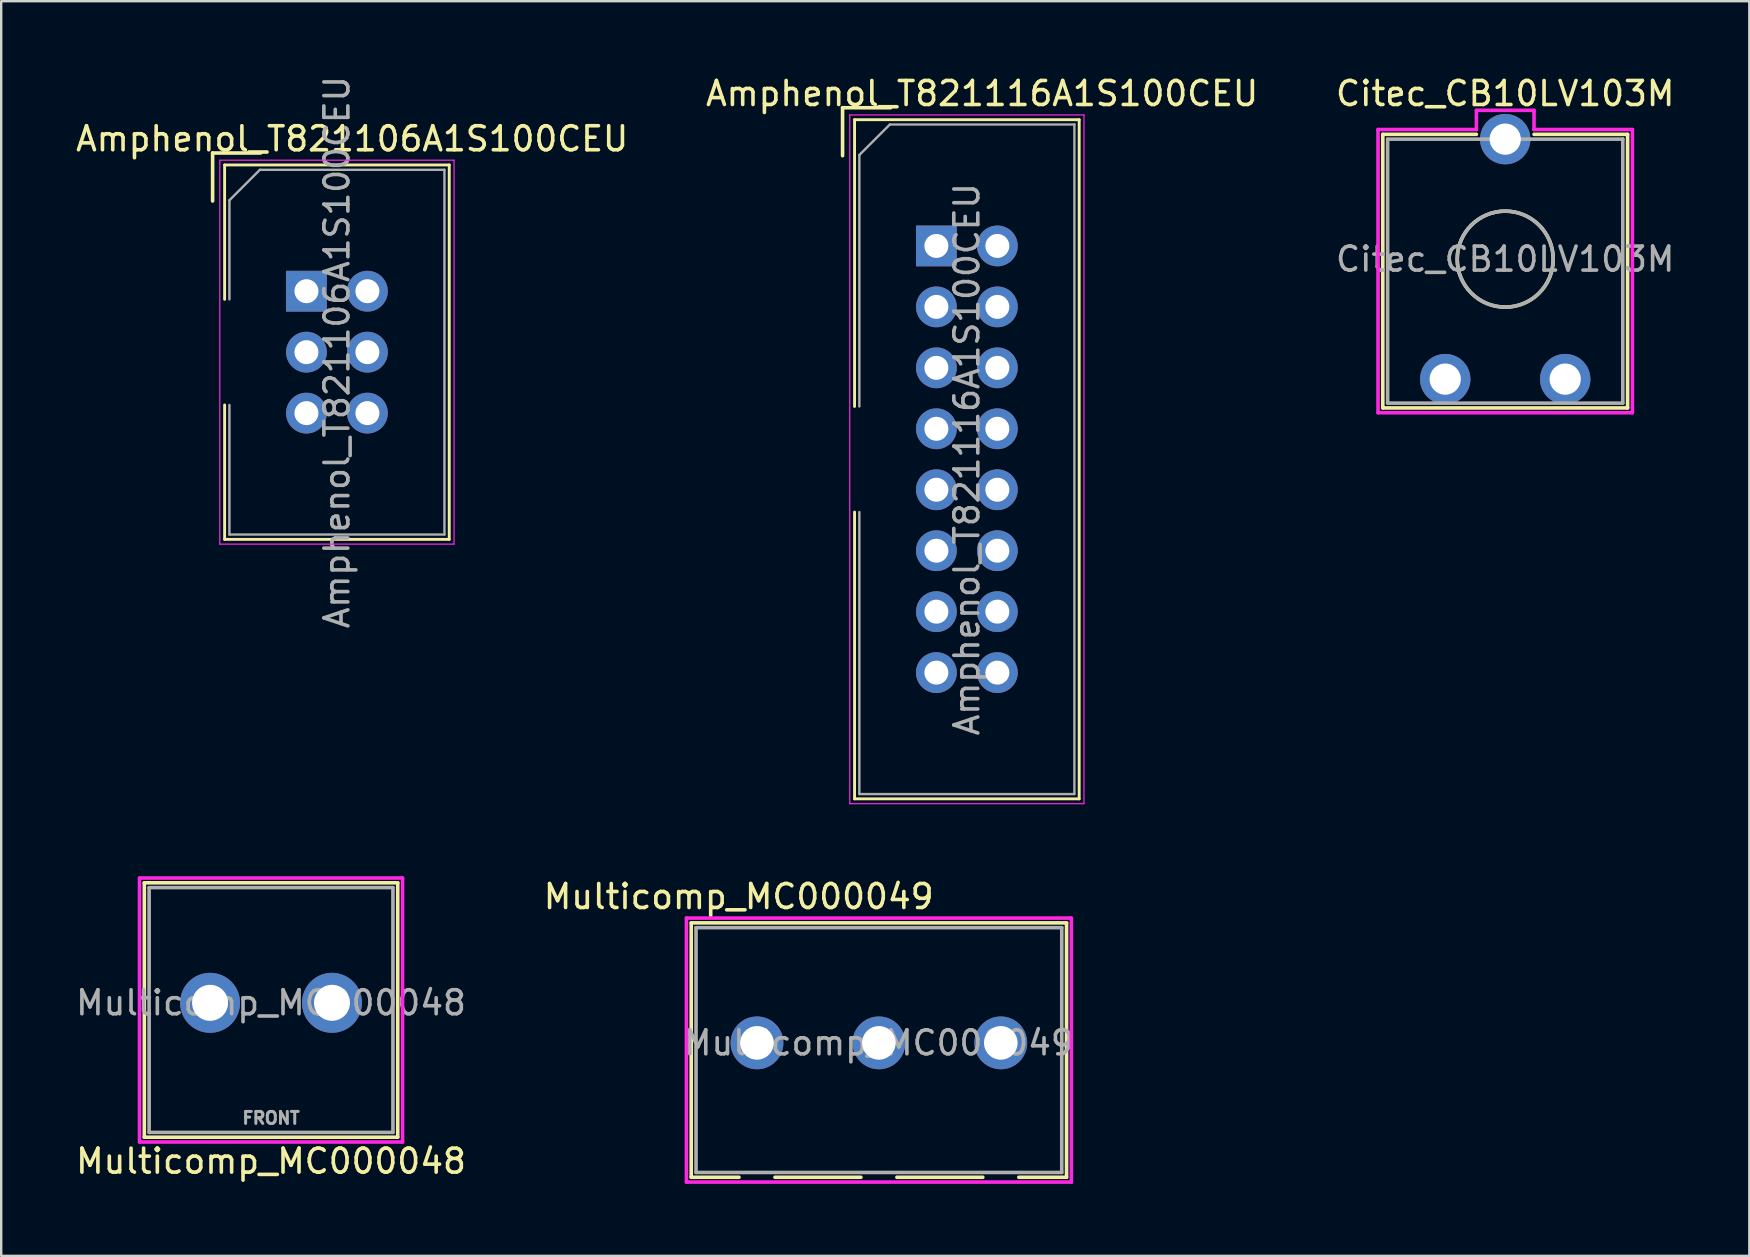
<source format=kicad_pcb>
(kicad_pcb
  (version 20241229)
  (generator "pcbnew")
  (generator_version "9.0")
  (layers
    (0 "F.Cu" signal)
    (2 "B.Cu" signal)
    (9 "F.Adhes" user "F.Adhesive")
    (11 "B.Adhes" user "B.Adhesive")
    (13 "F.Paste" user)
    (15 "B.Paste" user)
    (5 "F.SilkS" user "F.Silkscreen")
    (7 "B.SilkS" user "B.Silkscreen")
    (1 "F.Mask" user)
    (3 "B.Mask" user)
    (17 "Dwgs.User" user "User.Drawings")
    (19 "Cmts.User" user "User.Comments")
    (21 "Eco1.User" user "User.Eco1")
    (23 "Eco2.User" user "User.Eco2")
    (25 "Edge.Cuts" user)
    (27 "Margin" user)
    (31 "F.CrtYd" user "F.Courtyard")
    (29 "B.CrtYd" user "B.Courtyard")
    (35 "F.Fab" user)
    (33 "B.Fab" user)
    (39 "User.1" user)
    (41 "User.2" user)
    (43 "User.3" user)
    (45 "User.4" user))
  (footprint "Multicomp_MC000048"
    (layer "F.Cu")
    (at 8.244 38.738)
    (property "Reference" "Multicomp_MC000048" (at 0 6.6 0) (layer "F.SilkS") (effects (font (size 1 1) (thickness 0.15))))
    (attr through_hole)
    (fp_line (start -5.28 -5) (end -5.28 5.6) (stroke (width 0.15) (type solid)) (layer "F.SilkS"))
    (fp_line (start -5.28 -5) (end 5.28 -5) (stroke (width 0.15) (type solid)) (layer "F.SilkS"))
    (fp_line (start -5.28 5.6) (end 5.28 5.6) (stroke (width 0.15) (type solid)) (layer "F.SilkS"))
    (fp_line (start 5.28 -5) (end 5.28 5.6) (stroke (width 0.15) (type solid)) (layer "F.SilkS"))
    (fp_line (start -5.48 -5.2) (end -5.48 5.8) (stroke (width 0.15) (type solid)) (layer "F.CrtYd"))
    (fp_line (start -5.48 -5.2) (end 5.48 -5.2) (stroke (width 0.15) (type solid)) (layer "F.CrtYd"))
    (fp_line (start -5.48 5.8) (end 5.48 5.8) (stroke (width 0.15) (type solid)) (layer "F.CrtYd"))
    (fp_line (start 5.48 -5.2) (end 5.48 5.8) (stroke (width 0.15) (type solid)) (layer "F.CrtYd"))
    (fp_line (start -5.08 -4.8) (end 5.08 -4.8) (stroke (width 0.15) (type solid)) (layer "F.Fab"))
    (fp_line (start -5.08 5.4) (end -5.08 -4.8) (stroke (width 0.15) (type solid)) (layer "F.Fab"))
    (fp_line (start 5.08 -4.8) (end 5.08 5.4) (stroke (width 0.15) (type solid)) (layer "F.Fab"))
    (fp_line (start 5.08 5.4) (end -5.08 5.4) (stroke (width 0.15) (type solid)) (layer "F.Fab"))
    (fp_text user "${REFERENCE}" (at 0 0 0) (layer "F.Fab") (effects (font (size 1 1) (thickness 0.15))))
    (fp_text user "FRONT" (at 0 4.8 0) (layer "F.Fab") (effects (font (size 0.5 0.5) (thickness 0.125))))
    (pad "1" thru_hole circle (at -2.54 0) (size 2.5 2.5) (drill 1.5) (layers "*.Cu" "*.Mask"))
    (pad "2" thru_hole circle (at 2.54 0) (size 2.5 2.5) (drill 1.5) (layers "*.Cu" "*.Mask")))
  (footprint "Amphenol_T821116A1S100CEU"
    (layer "F.Cu")
    (at 35.97 7.198)
    (property "Reference" "Amphenol_T821116A1S100CEU" (at 1.905 -6.35 0) (layer "F.SilkS") (effects (font (size 1 1) (thickness 0.15))))
    (attr through_hole)
    (fp_line (start -3.91 -5.76) (end -3.91 -3.76) (stroke (width 0.15) (type solid)) (layer "F.SilkS"))
    (fp_line (start -3.91 -5.76) (end -1.91 -5.76) (stroke (width 0.15) (type solid)) (layer "F.SilkS"))
    (fp_line (start -3.41 -5.26) (end -3.41 6.69) (stroke (width 0.12) (type solid)) (layer "F.SilkS"))
    (fp_line (start -3.41 -5.26) (end 5.95 -5.26) (stroke (width 0.12) (type solid)) (layer "F.SilkS"))
    (fp_line (start -3.41 11.09) (end -3.41 23.04) (stroke (width 0.12) (type solid)) (layer "F.SilkS"))
    (fp_line (start -3.41 23.04) (end 5.95 23.04) (stroke (width 0.12) (type solid)) (layer "F.SilkS"))
    (fp_line (start 5.95 -5.26) (end 5.95 23.04) (stroke (width 0.12) (type solid)) (layer "F.SilkS"))
    (fp_line (start -3.61 -5.46) (end -3.61 23.24) (stroke (width 0.05) (type solid)) (layer "F.CrtYd"))
    (fp_line (start -3.61 23.24) (end 6.15 23.24) (stroke (width 0.05) (type solid)) (layer "F.CrtYd"))
    (fp_line (start 6.15 -5.46) (end -3.61 -5.46) (stroke (width 0.05) (type solid)) (layer "F.CrtYd"))
    (fp_line (start 6.15 23.24) (end 6.15 -5.46) (stroke (width 0.05) (type solid)) (layer "F.CrtYd"))
    (fp_line (start -3.21 -3.79) (end -1.94 -5.06) (stroke (width 0.1) (type solid)) (layer "F.Fab"))
    (fp_line (start -3.21 6.69) (end -3.21 -3.79) (stroke (width 0.1) (type solid)) (layer "F.Fab"))
    (fp_line (start -3.21 22.84) (end -3.21 11.09) (stroke (width 0.1) (type solid)) (layer "F.Fab"))
    (fp_line (start -1.94 -5.06) (end 5.75 -5.06) (stroke (width 0.1) (type solid)) (layer "F.Fab"))
    (fp_line (start 5.75 -5.06) (end 5.75 22.84) (stroke (width 0.1) (type solid)) (layer "F.Fab"))
    (fp_line (start 5.75 22.84) (end -3.21 22.84) (stroke (width 0.1) (type solid)) (layer "F.Fab"))
    (fp_text user "${REFERENCE}" (at 1.27 8.89 90) (layer "F.Fab") (effects (font (size 1 1) (thickness 0.15))))
    (pad "1" thru_hole rect (at 0 0) (size 1.7 1.7) (drill 1) (layers "*.Cu" "*.Mask"))
    (pad "2" thru_hole oval (at 2.54 0) (size 1.7 1.7) (drill 1) (layers "*.Cu" "*.Mask"))
    (pad "3" thru_hole oval (at 0 2.54) (size 1.7 1.7) (drill 1) (layers "*.Cu" "*.Mask"))
    (pad "4" thru_hole oval (at 2.54 2.54) (size 1.7 1.7) (drill 1) (layers "*.Cu" "*.Mask"))
    (pad "5" thru_hole oval (at 0 5.08) (size 1.7 1.7) (drill 1) (layers "*.Cu" "*.Mask"))
    (pad "6" thru_hole oval (at 2.54 5.08) (size 1.7 1.7) (drill 1) (layers "*.Cu" "*.Mask"))
    (pad "7" thru_hole oval (at 0 7.62) (size 1.7 1.7) (drill 1) (layers "*.Cu" "*.Mask"))
    (pad "8" thru_hole oval (at 2.54 7.62) (size 1.7 1.7) (drill 1) (layers "*.Cu" "*.Mask"))
    (pad "9" thru_hole oval (at 0 10.16) (size 1.7 1.7) (drill 1) (layers "*.Cu" "*.Mask"))
    (pad "10" thru_hole oval (at 2.54 10.16) (size 1.7 1.7) (drill 1) (layers "*.Cu" "*.Mask"))
    (pad "11" thru_hole oval (at 0 12.7) (size 1.7 1.7) (drill 1) (layers "*.Cu" "*.Mask"))
    (pad "12" thru_hole oval (at 2.54 12.7) (size 1.7 1.7) (drill 1) (layers "*.Cu" "*.Mask"))
    (pad "13" thru_hole oval (at 0 15.24) (size 1.7 1.7) (drill 1) (layers "*.Cu" "*.Mask"))
    (pad "14" thru_hole oval (at 2.54 15.24) (size 1.7 1.7) (drill 1) (layers "*.Cu" "*.Mask"))
    (pad "15" thru_hole oval (at 0 17.78) (size 1.7 1.7) (drill 1) (layers "*.Cu" "*.Mask"))
    (pad "16" thru_hole oval (at 2.54 17.78) (size 1.7 1.7) (drill 1) (layers "*.Cu" "*.Mask")))
  (footprint "Amphenol_T821106A1S100CEU"
    (layer "F.Cu")
    (at 9.72 9.085)
    (property "Reference" "Amphenol_T821106A1S100CEU" (at 1.905 -6.35 0) (layer "F.SilkS") (effects (font (size 1 1) (thickness 0.15))))
    (attr through_hole)
    (fp_line (start -3.91 -5.76) (end -3.91 -3.76) (stroke (width 0.15) (type solid)) (layer "F.SilkS"))
    (fp_line (start -3.91 -5.76) (end -1.91 -5.76) (stroke (width 0.15) (type solid)) (layer "F.SilkS"))
    (fp_line (start -3.41 -5.26) (end -3.41 0.34) (stroke (width 0.12) (type solid)) (layer "F.SilkS"))
    (fp_line (start -3.41 -5.26) (end 5.95 -5.26) (stroke (width 0.12) (type solid)) (layer "F.SilkS"))
    (fp_line (start -3.41 4.74) (end -3.41 10.34) (stroke (width 0.12) (type solid)) (layer "F.SilkS"))
    (fp_line (start -3.41 10.34) (end 5.95 10.34) (stroke (width 0.12) (type solid)) (layer "F.SilkS"))
    (fp_line (start 5.95 -5.26) (end 5.95 10.34) (stroke (width 0.12) (type solid)) (layer "F.SilkS"))
    (fp_line (start -3.61 -5.46) (end -3.61 10.54) (stroke (width 0.05) (type solid)) (layer "F.CrtYd"))
    (fp_line (start -3.61 10.54) (end 6.15 10.54) (stroke (width 0.05) (type solid)) (layer "F.CrtYd"))
    (fp_line (start 6.15 -5.46) (end -3.61 -5.46) (stroke (width 0.05) (type solid)) (layer "F.CrtYd"))
    (fp_line (start 6.15 10.54) (end 6.15 -5.46) (stroke (width 0.05) (type solid)) (layer "F.CrtYd"))
    (fp_line (start -3.21 -3.79) (end -1.94 -5.06) (stroke (width 0.1) (type solid)) (layer "F.Fab"))
    (fp_line (start -3.21 0.34) (end -3.21 -3.79) (stroke (width 0.1) (type solid)) (layer "F.Fab"))
    (fp_line (start -3.21 10.14) (end -3.21 4.74) (stroke (width 0.1) (type solid)) (layer "F.Fab"))
    (fp_line (start -1.94 -5.06) (end 5.75 -5.06) (stroke (width 0.1) (type solid)) (layer "F.Fab"))
    (fp_line (start 5.75 -5.06) (end 5.75 10.14) (stroke (width 0.1) (type solid)) (layer "F.Fab"))
    (fp_line (start 5.75 10.14) (end -3.21 10.14) (stroke (width 0.1) (type solid)) (layer "F.Fab"))
    (fp_text user "${REFERENCE}" (at 1.27 2.54 90) (layer "F.Fab") (effects (font (size 1 1) (thickness 0.15))))
    (pad "1" thru_hole rect (at 0 0) (size 1.7 1.7) (drill 1) (layers "*.Cu" "*.Mask"))
    (pad "2" thru_hole oval (at 2.54 0) (size 1.7 1.7) (drill 1) (layers "*.Cu" "*.Mask"))
    (pad "3" thru_hole oval (at 0 2.54) (size 1.7 1.7) (drill 1) (layers "*.Cu" "*.Mask"))
    (pad "4" thru_hole oval (at 2.54 2.54) (size 1.7 1.7) (drill 1) (layers "*.Cu" "*.Mask"))
    (pad "5" thru_hole oval (at 0 5.08) (size 1.7 1.7) (drill 1) (layers "*.Cu" "*.Mask"))
    (pad "6" thru_hole oval (at 2.54 5.08) (size 1.7 1.7) (drill 1) (layers "*.Cu" "*.Mask")))
  (footprint "Citec_CB10LV103M"
    (layer "F.Cu")
    (at 59.673 7.748)
    (property "Reference" "Citec_CB10LV103M" (at 0 -6.9 0) (layer "F.SilkS") (effects (font (size 1 1) (thickness 0.15))))
    (attr through_hole)
    (fp_line (start -5.1 -5.2) (end -1.2 -5.2) (stroke (width 0.15) (type solid)) (layer "F.SilkS"))
    (fp_line (start -5.1 6.2) (end -5.1 -5.2) (stroke (width 0.15) (type solid)) (layer "F.SilkS"))
    (fp_line (start 1.2 -5.2) (end 5.1 -5.2) (stroke (width 0.15) (type solid)) (layer "F.SilkS"))
    (fp_line (start 5.1 -5.2) (end 5.1 6.2) (stroke (width 0.15) (type solid)) (layer "F.SilkS"))
    (fp_line (start 5.1 6.2) (end -5.1 6.2) (stroke (width 0.15) (type solid)) (layer "F.SilkS"))
    (fp_circle (center 0 0) (end 2 0) (stroke (width 0.15) (type solid)) (fill no) (layer "F.SilkS"))
    (fp_line (start -5.3 -5.4) (end -1.2 -5.4) (stroke (width 0.15) (type solid)) (layer "F.CrtYd"))
    (fp_line (start -5.3 6.4) (end -5.3 -5.4) (stroke (width 0.15) (type solid)) (layer "F.CrtYd"))
    (fp_line (start -1.2 -6.2) (end 1.2 -6.2) (stroke (width 0.15) (type solid)) (layer "F.CrtYd"))
    (fp_line (start -1.2 -5.4) (end -1.2 -6.2) (stroke (width 0.15) (type solid)) (layer "F.CrtYd"))
    (fp_line (start 1.2 -6.2) (end 1.2 -5.4) (stroke (width 0.15) (type solid)) (layer "F.CrtYd"))
    (fp_line (start 1.2 -5.4) (end 5.3 -5.4) (stroke (width 0.15) (type solid)) (layer "F.CrtYd"))
    (fp_line (start 5.3 -5.4) (end 5.3 6.4) (stroke (width 0.15) (type solid)) (layer "F.CrtYd"))
    (fp_line (start 5.3 6.4) (end -5.3 6.4) (stroke (width 0.15) (type solid)) (layer "F.CrtYd"))
    (fp_line (start -4.9 -5) (end -4.9 6) (stroke (width 0.15) (type solid)) (layer "F.Fab"))
    (fp_line (start -4.9 -5) (end 4.9 -5) (stroke (width 0.15) (type solid)) (layer "F.Fab"))
    (fp_line (start -4.9 6) (end 4.9 6) (stroke (width 0.15) (type solid)) (layer "F.Fab"))
    (fp_line (start 4.9 -5) (end 4.9 6) (stroke (width 0.15) (type solid)) (layer "F.Fab"))
    (fp_circle (center 0 0) (end 2 0) (stroke (width 0.15) (type solid)) (fill no) (layer "F.Fab"))
    (fp_text user "${REFERENCE}" (at 0 0 0) (layer "F.Fab") (effects (font (size 1 1) (thickness 0.15))))
    (pad "1" thru_hole circle (at -2.5 5) (size 2.1 2.1) (drill 1.3) (layers "*.Cu" "*.Mask"))
    (pad "2" thru_hole circle (at 0 -5) (size 2.1 2.1) (drill 1.3) (layers "*.Cu" "*.Mask"))
    (pad "3" thru_hole circle (at 2.5 5) (size 2.1 2.1) (drill 1.3) (layers "*.Cu" "*.Mask")))
  (footprint "Multicomp_MC000049"
    (layer "F.Cu")
    (at 33.574 40.407)
    (property "Reference" "Multicomp_MC000049" (at -5.842 -6.096 0) (layer "F.SilkS") (effects (font (size 1 1) (thickness 0.15))))
    (attr through_hole)
    (fp_line (start -7.82 -5) (end -7.82 5.6) (stroke (width 0.15) (type solid)) (layer "F.SilkS"))
    (fp_line (start -7.82 5.6) (end -5.83 5.6) (stroke (width 0.15) (type solid)) (layer "F.SilkS"))
    (fp_line (start -4.33 5.6) (end -0.75 5.6) (stroke (width 0.15) (type solid)) (layer "F.SilkS"))
    (fp_line (start 0.75 5.6) (end 4.33 5.6) (stroke (width 0.15) (type solid)) (layer "F.SilkS"))
    (fp_line (start 5.83 5.6) (end 7.82 5.6) (stroke (width 0.15) (type solid)) (layer "F.SilkS"))
    (fp_line (start 7.82 -5) (end -7.82 -5) (stroke (width 0.15) (type solid)) (layer "F.SilkS"))
    (fp_line (start 7.82 5.6) (end 7.82 -5) (stroke (width 0.15) (type solid)) (layer "F.SilkS"))
    (fp_line (start -8.02 -5.2) (end -8.02 5.8) (stroke (width 0.15) (type solid)) (layer "F.CrtYd"))
    (fp_line (start -8.02 5.8) (end 8.02 5.8) (stroke (width 0.15) (type solid)) (layer "F.CrtYd"))
    (fp_line (start 8.02 -5.2) (end -8.02 -5.2) (stroke (width 0.15) (type solid)) (layer "F.CrtYd"))
    (fp_line (start 8.02 5.8) (end 8.02 -5.2) (stroke (width 0.15) (type solid)) (layer "F.CrtYd"))
    (fp_line (start -7.62 -4.8) (end -7.62 5.4) (stroke (width 0.15) (type solid)) (layer "F.Fab"))
    (fp_line (start -7.62 5.4) (end 7.62 5.4) (stroke (width 0.15) (type solid)) (layer "F.Fab"))
    (fp_line (start 7.62 -4.8) (end -7.62 -4.8) (stroke (width 0.15) (type solid)) (layer "F.Fab"))
    (fp_line (start 7.62 5.4) (end 7.62 -4.8) (stroke (width 0.15) (type solid)) (layer "F.Fab"))
    (fp_text user "${REFERENCE}" (at 0 0 0) (layer "F.Fab") (effects (font (size 1 1) (thickness 0.15))))
    (pad "1" thru_hole circle (at -5.08 0) (size 2.2 2.2) (drill 1.4) (layers "*.Cu" "*.Mask"))
    (pad "2" thru_hole circle (at 0 0) (size 2.2 2.2) (drill 1.4) (layers "*.Cu" "*.Mask"))
    (pad "3" thru_hole circle (at 5.08 0) (size 2.2 2.2) (drill 1.4) (layers "*.Cu" "*.Mask")))
  (gr_rect
    (start -3 -3)
    (end 69.845 49.282)
    (stroke (width 0.1) (type default))
    (fill no)
    (layer "Edge.Cuts")))
</source>
